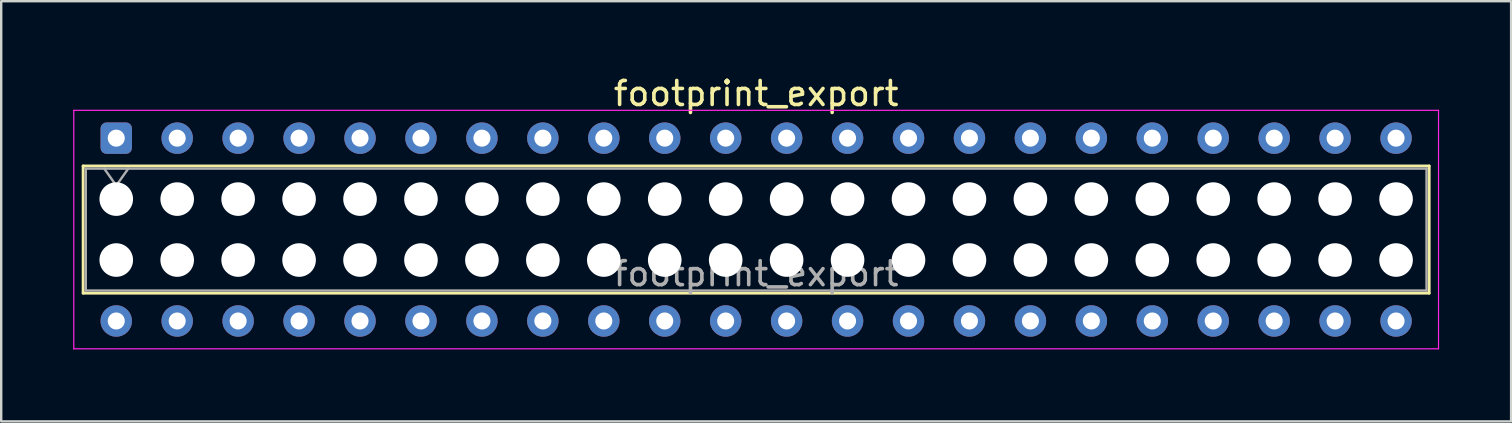
<source format=kicad_pcb>
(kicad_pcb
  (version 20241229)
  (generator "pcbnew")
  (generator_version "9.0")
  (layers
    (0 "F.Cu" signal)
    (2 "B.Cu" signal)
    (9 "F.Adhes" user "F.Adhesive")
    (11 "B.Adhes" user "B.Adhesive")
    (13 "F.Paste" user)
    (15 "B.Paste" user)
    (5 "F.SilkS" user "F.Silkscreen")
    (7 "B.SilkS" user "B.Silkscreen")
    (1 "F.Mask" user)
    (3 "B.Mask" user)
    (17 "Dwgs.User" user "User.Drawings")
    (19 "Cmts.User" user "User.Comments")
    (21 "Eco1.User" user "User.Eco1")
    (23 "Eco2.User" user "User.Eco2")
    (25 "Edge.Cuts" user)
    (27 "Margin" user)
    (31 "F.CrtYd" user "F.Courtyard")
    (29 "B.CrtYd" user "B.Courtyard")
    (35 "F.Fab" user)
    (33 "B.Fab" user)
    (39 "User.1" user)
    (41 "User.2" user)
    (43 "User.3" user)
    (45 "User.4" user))
  (footprint "footprint_export"
    (layer "F.Cu")
    (at 1.795 2.708)
    (property "Reference" "footprint_export" (at 26.67 -1.86 0) (layer "F.SilkS") (effects (font (size 1 1) (thickness 0.15))))
    (attr through_hole)
    (fp_line (start -1.38 1.16) (end 54.72 1.16) (stroke (width 0.12) (type solid)) (layer "F.SilkS"))
    (fp_line (start -1.38 6.46) (end -1.38 1.16) (stroke (width 0.12) (type solid)) (layer "F.SilkS"))
    (fp_line (start 54.72 1.16) (end 54.72 6.46) (stroke (width 0.12) (type solid)) (layer "F.SilkS"))
    (fp_line (start 54.72 6.46) (end -1.38 6.46) (stroke (width 0.12) (type solid)) (layer "F.SilkS"))
    (fp_line (start -1.77 -1.16) (end 55.11 -1.16) (stroke (width 0.05) (type solid)) (layer "F.CrtYd"))
    (fp_line (start -1.77 8.78) (end -1.77 -1.16) (stroke (width 0.05) (type solid)) (layer "F.CrtYd"))
    (fp_line (start 55.11 -1.16) (end 55.11 8.78) (stroke (width 0.05) (type solid)) (layer "F.CrtYd"))
    (fp_line (start 55.11 8.78) (end -1.77 8.78) (stroke (width 0.05) (type solid)) (layer "F.CrtYd"))
    (fp_line (start -1.27 1.27) (end 54.61 1.27) (stroke (width 0.1) (type solid)) (layer "F.Fab"))
    (fp_line (start -1.27 6.35) (end -1.27 1.27) (stroke (width 0.1) (type solid)) (layer "F.Fab"))
    (fp_line (start -0.5 1.27) (end 0 1.977) (stroke (width 0.1) (type solid)) (layer "F.Fab"))
    (fp_line (start 0 1.977) (end 0.5 1.27) (stroke (width 0.1) (type solid)) (layer "F.Fab"))
    (fp_line (start 54.61 1.27) (end 54.61 6.35) (stroke (width 0.1) (type solid)) (layer "F.Fab"))
    (fp_line (start 54.61 6.35) (end -1.27 6.35) (stroke (width 0.1) (type solid)) (layer "F.Fab"))
    (fp_text user "${REFERENCE}" (at 26.67 5.65 0) (layer "F.Fab") (effects (font (size 1 1) (thickness 0.15))))
    (pad "" np_thru_hole circle (at 0 2.54) (size 1.4 1.4) (drill 1.4) (layers "*.Cu" "*.Mask"))
    (pad "" np_thru_hole circle (at 0 5.08) (size 1.4 1.4) (drill 1.4) (layers "*.Cu" "*.Mask"))
    (pad "" np_thru_hole circle (at 2.54 2.54) (size 1.4 1.4) (drill 1.4) (layers "*.Cu" "*.Mask"))
    (pad "" np_thru_hole circle (at 2.54 5.08) (size 1.4 1.4) (drill 1.4) (layers "*.Cu" "*.Mask"))
    (pad "" np_thru_hole circle (at 5.08 2.54) (size 1.4 1.4) (drill 1.4) (layers "*.Cu" "*.Mask"))
    (pad "" np_thru_hole circle (at 5.08 5.08) (size 1.4 1.4) (drill 1.4) (layers "*.Cu" "*.Mask"))
    (pad "" np_thru_hole circle (at 7.62 2.54) (size 1.4 1.4) (drill 1.4) (layers "*.Cu" "*.Mask"))
    (pad "" np_thru_hole circle (at 7.62 5.08) (size 1.4 1.4) (drill 1.4) (layers "*.Cu" "*.Mask"))
    (pad "" np_thru_hole circle (at 10.16 2.54) (size 1.4 1.4) (drill 1.4) (layers "*.Cu" "*.Mask"))
    (pad "" np_thru_hole circle (at 10.16 5.08) (size 1.4 1.4) (drill 1.4) (layers "*.Cu" "*.Mask"))
    (pad "" np_thru_hole circle (at 12.7 2.54) (size 1.4 1.4) (drill 1.4) (layers "*.Cu" "*.Mask"))
    (pad "" np_thru_hole circle (at 12.7 5.08) (size 1.4 1.4) (drill 1.4) (layers "*.Cu" "*.Mask"))
    (pad "" np_thru_hole circle (at 15.24 2.54) (size 1.4 1.4) (drill 1.4) (layers "*.Cu" "*.Mask"))
    (pad "" np_thru_hole circle (at 15.24 5.08) (size 1.4 1.4) (drill 1.4) (layers "*.Cu" "*.Mask"))
    (pad "" np_thru_hole circle (at 17.78 2.54) (size 1.4 1.4) (drill 1.4) (layers "*.Cu" "*.Mask"))
    (pad "" np_thru_hole circle (at 17.78 5.08) (size 1.4 1.4) (drill 1.4) (layers "*.Cu" "*.Mask"))
    (pad "" np_thru_hole circle (at 20.32 2.54) (size 1.4 1.4) (drill 1.4) (layers "*.Cu" "*.Mask"))
    (pad "" np_thru_hole circle (at 20.32 5.08) (size 1.4 1.4) (drill 1.4) (layers "*.Cu" "*.Mask"))
    (pad "" np_thru_hole circle (at 22.86 2.54) (size 1.4 1.4) (drill 1.4) (layers "*.Cu" "*.Mask"))
    (pad "" np_thru_hole circle (at 22.86 5.08) (size 1.4 1.4) (drill 1.4) (layers "*.Cu" "*.Mask"))
    (pad "" np_thru_hole circle (at 25.4 2.54) (size 1.4 1.4) (drill 1.4) (layers "*.Cu" "*.Mask"))
    (pad "" np_thru_hole circle (at 25.4 5.08) (size 1.4 1.4) (drill 1.4) (layers "*.Cu" "*.Mask"))
    (pad "" np_thru_hole circle (at 27.94 2.54) (size 1.4 1.4) (drill 1.4) (layers "*.Cu" "*.Mask"))
    (pad "" np_thru_hole circle (at 27.94 5.08) (size 1.4 1.4) (drill 1.4) (layers "*.Cu" "*.Mask"))
    (pad "" np_thru_hole circle (at 30.48 2.54) (size 1.4 1.4) (drill 1.4) (layers "*.Cu" "*.Mask"))
    (pad "" np_thru_hole circle (at 30.48 5.08) (size 1.4 1.4) (drill 1.4) (layers "*.Cu" "*.Mask"))
    (pad "" np_thru_hole circle (at 33.02 2.54) (size 1.4 1.4) (drill 1.4) (layers "*.Cu" "*.Mask"))
    (pad "" np_thru_hole circle (at 33.02 5.08) (size 1.4 1.4) (drill 1.4) (layers "*.Cu" "*.Mask"))
    (pad "" np_thru_hole circle (at 35.56 2.54) (size 1.4 1.4) (drill 1.4) (layers "*.Cu" "*.Mask"))
    (pad "" np_thru_hole circle (at 35.56 5.08) (size 1.4 1.4) (drill 1.4) (layers "*.Cu" "*.Mask"))
    (pad "" np_thru_hole circle (at 38.1 2.54) (size 1.4 1.4) (drill 1.4) (layers "*.Cu" "*.Mask"))
    (pad "" np_thru_hole circle (at 38.1 5.08) (size 1.4 1.4) (drill 1.4) (layers "*.Cu" "*.Mask"))
    (pad "" np_thru_hole circle (at 40.64 2.54) (size 1.4 1.4) (drill 1.4) (layers "*.Cu" "*.Mask"))
    (pad "" np_thru_hole circle (at 40.64 5.08) (size 1.4 1.4) (drill 1.4) (layers "*.Cu" "*.Mask"))
    (pad "" np_thru_hole circle (at 43.18 2.54) (size 1.4 1.4) (drill 1.4) (layers "*.Cu" "*.Mask"))
    (pad "" np_thru_hole circle (at 43.18 5.08) (size 1.4 1.4) (drill 1.4) (layers "*.Cu" "*.Mask"))
    (pad "" np_thru_hole circle (at 45.72 2.54) (size 1.4 1.4) (drill 1.4) (layers "*.Cu" "*.Mask"))
    (pad "" np_thru_hole circle (at 45.72 5.08) (size 1.4 1.4) (drill 1.4) (layers "*.Cu" "*.Mask"))
    (pad "" np_thru_hole circle (at 48.26 2.54) (size 1.4 1.4) (drill 1.4) (layers "*.Cu" "*.Mask"))
    (pad "" np_thru_hole circle (at 48.26 5.08) (size 1.4 1.4) (drill 1.4) (layers "*.Cu" "*.Mask"))
    (pad "" np_thru_hole circle (at 50.8 2.54) (size 1.4 1.4) (drill 1.4) (layers "*.Cu" "*.Mask"))
    (pad "" np_thru_hole circle (at 50.8 5.08) (size 1.4 1.4) (drill 1.4) (layers "*.Cu" "*.Mask"))
    (pad "" np_thru_hole circle (at 53.34 2.54) (size 1.4 1.4) (drill 1.4) (layers "*.Cu" "*.Mask"))
    (pad "" np_thru_hole circle (at 53.34 5.08) (size 1.4 1.4) (drill 1.4) (layers "*.Cu" "*.Mask"))
    (pad "1" thru_hole roundrect (at 0 0) (size 1.31 1.31) (drill 0.71) (layers "*.Cu" "*.Mask") (roundrect_rratio 0.191))
    (pad "2" thru_hole circle (at 0 7.62) (size 1.31 1.31) (drill 0.71) (layers "*.Cu" "*.Mask"))
    (pad "3" thru_hole circle (at 2.54 0) (size 1.31 1.31) (drill 0.71) (layers "*.Cu" "*.Mask"))
    (pad "4" thru_hole circle (at 2.54 7.62) (size 1.31 1.31) (drill 0.71) (layers "*.Cu" "*.Mask"))
    (pad "5" thru_hole circle (at 5.08 0) (size 1.31 1.31) (drill 0.71) (layers "*.Cu" "*.Mask"))
    (pad "6" thru_hole circle (at 5.08 7.62) (size 1.31 1.31) (drill 0.71) (layers "*.Cu" "*.Mask"))
    (pad "7" thru_hole circle (at 7.62 0) (size 1.31 1.31) (drill 0.71) (layers "*.Cu" "*.Mask"))
    (pad "8" thru_hole circle (at 7.62 7.62) (size 1.31 1.31) (drill 0.71) (layers "*.Cu" "*.Mask"))
    (pad "9" thru_hole circle (at 10.16 0) (size 1.31 1.31) (drill 0.71) (layers "*.Cu" "*.Mask"))
    (pad "10" thru_hole circle (at 10.16 7.62) (size 1.31 1.31) (drill 0.71) (layers "*.Cu" "*.Mask"))
    (pad "11" thru_hole circle (at 12.7 0) (size 1.31 1.31) (drill 0.71) (layers "*.Cu" "*.Mask"))
    (pad "12" thru_hole circle (at 12.7 7.62) (size 1.31 1.31) (drill 0.71) (layers "*.Cu" "*.Mask"))
    (pad "13" thru_hole circle (at 15.24 0) (size 1.31 1.31) (drill 0.71) (layers "*.Cu" "*.Mask"))
    (pad "14" thru_hole circle (at 15.24 7.62) (size 1.31 1.31) (drill 0.71) (layers "*.Cu" "*.Mask"))
    (pad "15" thru_hole circle (at 17.78 0) (size 1.31 1.31) (drill 0.71) (layers "*.Cu" "*.Mask"))
    (pad "16" thru_hole circle (at 17.78 7.62) (size 1.31 1.31) (drill 0.71) (layers "*.Cu" "*.Mask"))
    (pad "17" thru_hole circle (at 20.32 0) (size 1.31 1.31) (drill 0.71) (layers "*.Cu" "*.Mask"))
    (pad "18" thru_hole circle (at 20.32 7.62) (size 1.31 1.31) (drill 0.71) (layers "*.Cu" "*.Mask"))
    (pad "19" thru_hole circle (at 22.86 0) (size 1.31 1.31) (drill 0.71) (layers "*.Cu" "*.Mask"))
    (pad "20" thru_hole circle (at 22.86 7.62) (size 1.31 1.31) (drill 0.71) (layers "*.Cu" "*.Mask"))
    (pad "21" thru_hole circle (at 25.4 0) (size 1.31 1.31) (drill 0.71) (layers "*.Cu" "*.Mask"))
    (pad "22" thru_hole circle (at 25.4 7.62) (size 1.31 1.31) (drill 0.71) (layers "*.Cu" "*.Mask"))
    (pad "23" thru_hole circle (at 27.94 0) (size 1.31 1.31) (drill 0.71) (layers "*.Cu" "*.Mask"))
    (pad "24" thru_hole circle (at 27.94 7.62) (size 1.31 1.31) (drill 0.71) (layers "*.Cu" "*.Mask"))
    (pad "25" thru_hole circle (at 30.48 0) (size 1.31 1.31) (drill 0.71) (layers "*.Cu" "*.Mask"))
    (pad "26" thru_hole circle (at 30.48 7.62) (size 1.31 1.31) (drill 0.71) (layers "*.Cu" "*.Mask"))
    (pad "27" thru_hole circle (at 33.02 0) (size 1.31 1.31) (drill 0.71) (layers "*.Cu" "*.Mask"))
    (pad "28" thru_hole circle (at 33.02 7.62) (size 1.31 1.31) (drill 0.71) (layers "*.Cu" "*.Mask"))
    (pad "29" thru_hole circle (at 35.56 0) (size 1.31 1.31) (drill 0.71) (layers "*.Cu" "*.Mask"))
    (pad "30" thru_hole circle (at 35.56 7.62) (size 1.31 1.31) (drill 0.71) (layers "*.Cu" "*.Mask"))
    (pad "31" thru_hole circle (at 38.1 0) (size 1.31 1.31) (drill 0.71) (layers "*.Cu" "*.Mask"))
    (pad "32" thru_hole circle (at 38.1 7.62) (size 1.31 1.31) (drill 0.71) (layers "*.Cu" "*.Mask"))
    (pad "33" thru_hole circle (at 40.64 0) (size 1.31 1.31) (drill 0.71) (layers "*.Cu" "*.Mask"))
    (pad "34" thru_hole circle (at 40.64 7.62) (size 1.31 1.31) (drill 0.71) (layers "*.Cu" "*.Mask"))
    (pad "35" thru_hole circle (at 43.18 0) (size 1.31 1.31) (drill 0.71) (layers "*.Cu" "*.Mask"))
    (pad "36" thru_hole circle (at 43.18 7.62) (size 1.31 1.31) (drill 0.71) (layers "*.Cu" "*.Mask"))
    (pad "37" thru_hole circle (at 45.72 0) (size 1.31 1.31) (drill 0.71) (layers "*.Cu" "*.Mask"))
    (pad "38" thru_hole circle (at 45.72 7.62) (size 1.31 1.31) (drill 0.71) (layers "*.Cu" "*.Mask"))
    (pad "39" thru_hole circle (at 48.26 0) (size 1.31 1.31) (drill 0.71) (layers "*.Cu" "*.Mask"))
    (pad "40" thru_hole circle (at 48.26 7.62) (size 1.31 1.31) (drill 0.71) (layers "*.Cu" "*.Mask"))
    (pad "41" thru_hole circle (at 50.8 0) (size 1.31 1.31) (drill 0.71) (layers "*.Cu" "*.Mask"))
    (pad "42" thru_hole circle (at 50.8 7.62) (size 1.31 1.31) (drill 0.71) (layers "*.Cu" "*.Mask"))
    (pad "43" thru_hole circle (at 53.34 0) (size 1.31 1.31) (drill 0.71) (layers "*.Cu" "*.Mask"))
    (pad "44" thru_hole circle (at 53.34 7.62) (size 1.31 1.31) (drill 0.71) (layers "*.Cu" "*.Mask")))
  (gr_rect
    (start -3 -3)
    (end 59.93 14.513)
    (stroke (width 0.1) (type default))
    (fill no)
    (layer "Edge.Cuts")))
</source>
